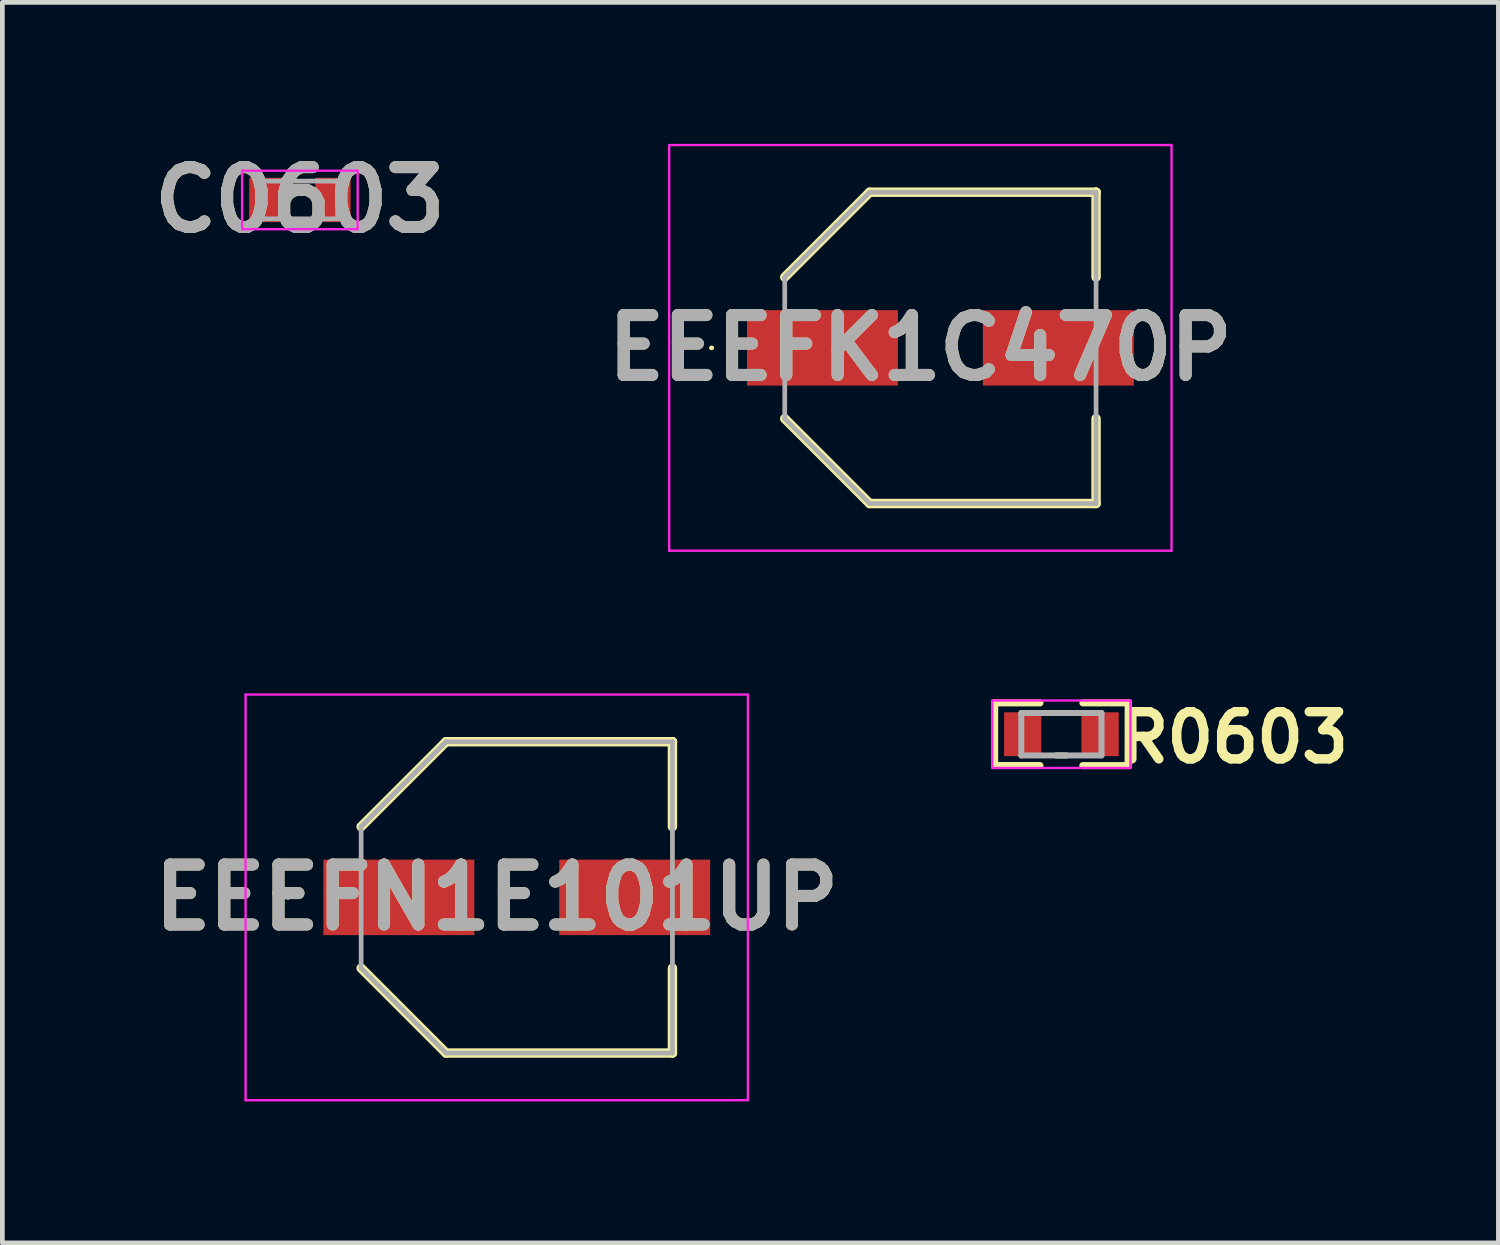
<source format=kicad_pcb>
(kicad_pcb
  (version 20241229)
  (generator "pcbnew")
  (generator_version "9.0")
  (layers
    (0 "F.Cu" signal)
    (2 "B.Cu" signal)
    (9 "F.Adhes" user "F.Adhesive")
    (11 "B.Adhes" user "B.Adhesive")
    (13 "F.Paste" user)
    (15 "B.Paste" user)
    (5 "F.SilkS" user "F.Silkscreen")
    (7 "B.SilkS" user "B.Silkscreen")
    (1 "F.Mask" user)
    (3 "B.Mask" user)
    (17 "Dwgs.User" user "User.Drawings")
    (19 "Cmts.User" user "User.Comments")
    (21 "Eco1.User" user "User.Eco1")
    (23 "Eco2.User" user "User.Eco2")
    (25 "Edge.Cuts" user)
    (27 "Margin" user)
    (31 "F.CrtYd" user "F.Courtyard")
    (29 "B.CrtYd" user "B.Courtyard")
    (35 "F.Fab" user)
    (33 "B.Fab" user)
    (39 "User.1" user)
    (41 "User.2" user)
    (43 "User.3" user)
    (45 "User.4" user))
  (footprint "C0603"
    (layer "F.Cu")
    (at 3.308 1.189)
    (property "Reference" "C0603" (at 0 0 0) (layer "F.SilkS") (effects (font (size 1.27 1.27) (thickness 0.254))))
    (attr smd)
    (fp_line (start -1.225 -0.62) (end 1.225 -0.62) (stroke (width 0.05) (type solid)) (layer "F.CrtYd"))
    (fp_line (start -1.225 0.62) (end -1.225 -0.62) (stroke (width 0.05) (type solid)) (layer "F.CrtYd"))
    (fp_line (start 1.225 -0.62) (end 1.225 0.62) (stroke (width 0.05) (type solid)) (layer "F.CrtYd"))
    (fp_line (start 1.225 0.62) (end -1.225 0.62) (stroke (width 0.05) (type solid)) (layer "F.CrtYd"))
    (fp_line (start -0.8 -0.4) (end 0.8 -0.4) (stroke (width 0.1) (type solid)) (layer "F.Fab"))
    (fp_line (start -0.8 0.4) (end -0.8 -0.4) (stroke (width 0.1) (type solid)) (layer "F.Fab"))
    (fp_line (start 0.8 -0.4) (end 0.8 0.4) (stroke (width 0.1) (type solid)) (layer "F.Fab"))
    (fp_line (start 0.8 0.4) (end -0.8 0.4) (stroke (width 0.1) (type solid)) (layer "F.Fab"))
    (fp_text user "${REFERENCE}" (at 0 0 0) (layer "F.Fab") (effects (font (size 1.27 1.27) (thickness 0.254))))
    (pad "1" smd rect (at -0.7 0) (size 0.75 0.94) (layers "F.Cu" "F.Mask" "F.Paste"))
    (pad "2" smd rect (at 0.7 0) (size 0.75 0.94) (layers "F.Cu" "F.Mask" "F.Paste")))
  (footprint "R0603"
    (layer "F.Cu")
    (at 19.452 12.516)
    (property "Reference" "R0603" (at 3.66 0.07 0) (layer "F.SilkS") (effects (font (size 1 1) (thickness 0.2) (bold yes))))
    (attr smd)
    (fp_line (start -1.415 0.664) (end -1.415 -0.665) (stroke (width 0.15) (type solid)) (layer "F.SilkS"))
    (fp_line (start -1.415 -0.665) (end -0.455 -0.665) (stroke (width 0.15) (type solid)) (layer "F.SilkS"))
    (fp_line (start -0.455 0.664) (end -1.415 0.664) (stroke (width 0.15) (type solid)) (layer "F.SilkS"))
    (fp_line (start -0.11 -0.45) (end 0.11 -0.45) (stroke (width 0.127) (type solid)) (layer "F.SilkS"))
    (fp_line (start -0.11 0.45) (end 0.11 0.45) (stroke (width 0.127) (type solid)) (layer "F.SilkS"))
    (fp_line (start 0.456 -0.665) (end 1.416 -0.665) (stroke (width 0.15) (type solid)) (layer "F.SilkS"))
    (fp_line (start 1.415 0.665) (end 0.455 0.665) (stroke (width 0.15) (type solid)) (layer "F.SilkS"))
    (fp_line (start 1.416 -0.665) (end 1.415 0.665) (stroke (width 0.15) (type solid)) (layer "F.SilkS"))
    (fp_line (start -1.465 -0.715) (end 1.465 -0.715) (stroke (width 0.05) (type solid)) (layer "F.CrtYd"))
    (fp_line (start -1.465 0.715) (end -1.465 -0.715) (stroke (width 0.05) (type solid)) (layer "F.CrtYd"))
    (fp_line (start -1.465 0.715) (end 1.465 0.715) (stroke (width 0.05) (type solid)) (layer "F.CrtYd"))
    (fp_line (start 1.465 0.715) (end 1.465 -0.715) (stroke (width 0.05) (type solid)) (layer "F.CrtYd"))
    (fp_line (start -0.85 0.45) (end -0.85 -0.45) (stroke (width 0.127) (type solid)) (layer "F.Fab"))
    (fp_line (start 0.85 -0.45) (end -0.85 -0.45) (stroke (width 0.127) (type solid)) (layer "F.Fab"))
    (fp_line (start 0.85 0.45) (end -0.85 0.45) (stroke (width 0.127) (type solid)) (layer "F.Fab"))
    (fp_line (start 0.85 0.45) (end 0.85 -0.45) (stroke (width 0.127) (type solid)) (layer "F.Fab"))
    (pad "1" smd rect (at -0.82 0) (size 0.79 0.93) (layers "F.Cu" "F.Mask" "F.Paste"))
    (pad "2" smd rect (at 0.82 0) (size 0.79 0.93) (layers "F.Cu" "F.Mask" "F.Paste")))
  (footprint "EEEFK1C470P"
    (layer "F.Cu")
    (at 16.887 4.325)
    (property "Reference" "EEEFK1C470P" (at -0.425 0 0) (layer "F.SilkS") (effects (font (size 1.27 1.27) (thickness 0.254))))
    (attr smd)
    (fp_line (start -4.875 0) (end -4.875 0) (stroke (width 0.05) (type solid)) (layer "F.SilkS"))
    (fp_line (start -4.825 0) (end -4.825 0) (stroke (width 0.05) (type solid)) (layer "F.SilkS"))
    (fp_line (start -3.3 -1.5) (end -1.5 -3.3) (stroke (width 0.2) (type solid)) (layer "F.SilkS"))
    (fp_line (start -3.3 1.5) (end -1.5 3.3) (stroke (width 0.2) (type solid)) (layer "F.SilkS"))
    (fp_line (start -1.5 -3.3) (end 3.3 -3.3) (stroke (width 0.2) (type solid)) (layer "F.SilkS"))
    (fp_line (start -1.5 3.3) (end 3.3 3.3) (stroke (width 0.2) (type solid)) (layer "F.SilkS"))
    (fp_line (start 3.3 -3.3) (end 3.3 -3.3) (stroke (width 0.2) (type solid)) (layer "F.SilkS"))
    (fp_line (start 3.3 -3.3) (end 3.3 -1.5) (stroke (width 0.2) (type solid)) (layer "F.SilkS"))
    (fp_line (start 3.3 3.3) (end 3.3 1.5) (stroke (width 0.2) (type solid)) (layer "F.SilkS"))
    (fp_arc (start -4.875 0) (mid -4.85 -0.025) (end -4.825 0) (stroke (width 0.05) (type solid)) (layer "F.SilkS"))
    (fp_arc (start -4.825 0) (mid -4.85 0.025) (end -4.875 0) (stroke (width 0.05) (type solid)) (layer "F.SilkS"))
    (fp_line (start -5.75 -4.3) (end 4.9 -4.3) (stroke (width 0.05) (type solid)) (layer "F.CrtYd"))
    (fp_line (start -5.75 4.3) (end -5.75 -4.3) (stroke (width 0.05) (type solid)) (layer "F.CrtYd"))
    (fp_line (start 4.9 -4.3) (end 4.9 4.3) (stroke (width 0.05) (type solid)) (layer "F.CrtYd"))
    (fp_line (start 4.9 4.3) (end -5.75 4.3) (stroke (width 0.05) (type solid)) (layer "F.CrtYd"))
    (fp_line (start -3.3 -1.5) (end -1.5 -3.3) (stroke (width 0.1) (type solid)) (layer "F.Fab"))
    (fp_line (start -3.3 -1.5) (end -1.5 -3.3) (stroke (width 0.1) (type solid)) (layer "F.Fab"))
    (fp_line (start -3.3 1.5) (end -3.3 -1.5) (stroke (width 0.1) (type solid)) (layer "F.Fab"))
    (fp_line (start -1.5 -3.3) (end 3.3 -3.3) (stroke (width 0.1) (type solid)) (layer "F.Fab"))
    (fp_line (start -1.5 3.3) (end -3.3 1.5) (stroke (width 0.1) (type solid)) (layer "F.Fab"))
    (fp_line (start 3.3 -3.3) (end 3.3 3.3) (stroke (width 0.1) (type solid)) (layer "F.Fab"))
    (fp_line (start 3.3 3.3) (end -1.5 3.3) (stroke (width 0.1) (type solid)) (layer "F.Fab"))
    (fp_text user "${REFERENCE}" (at -0.425 0 0) (layer "F.Fab") (effects (font (size 1.27 1.27) (thickness 0.254))))
    (pad "1" smd rect (at -2.5 0 90) (size 1.6 3.2) (layers "F.Cu" "F.Mask" "F.Paste"))
    (pad "2" smd rect (at 2.5 0 90) (size 1.6 3.2) (layers "F.Cu" "F.Mask" "F.Paste")))
  (footprint "EEEFN1E101UP"
    (layer "F.Cu")
    (at 7.906 15.975)
    (property "Reference" "EEEFN1E101UP" (at -0.425 0 0) (layer "F.SilkS") (effects (font (size 1.27 1.27) (thickness 0.254))))
    (attr smd)
    (fp_line (start -4.875 0) (end -4.875 0) (stroke (width 0.05) (type solid)) (layer "F.SilkS"))
    (fp_line (start -4.825 0) (end -4.825 0) (stroke (width 0.05) (type solid)) (layer "F.SilkS"))
    (fp_line (start -3.3 -1.5) (end -1.5 -3.3) (stroke (width 0.2) (type solid)) (layer "F.SilkS"))
    (fp_line (start -3.3 1.5) (end -1.5 3.3) (stroke (width 0.2) (type solid)) (layer "F.SilkS"))
    (fp_line (start -1.5 -3.3) (end 3.3 -3.3) (stroke (width 0.2) (type solid)) (layer "F.SilkS"))
    (fp_line (start -1.5 3.3) (end 3.3 3.3) (stroke (width 0.2) (type solid)) (layer "F.SilkS"))
    (fp_line (start 3.3 -3.3) (end 3.3 -3.3) (stroke (width 0.2) (type solid)) (layer "F.SilkS"))
    (fp_line (start 3.3 -3.3) (end 3.3 -1.5) (stroke (width 0.2) (type solid)) (layer "F.SilkS"))
    (fp_line (start 3.3 3.3) (end 3.3 1.5) (stroke (width 0.2) (type solid)) (layer "F.SilkS"))
    (fp_arc (start -4.875 0) (mid -4.85 -0.025) (end -4.825 0) (stroke (width 0.05) (type solid)) (layer "F.SilkS"))
    (fp_arc (start -4.825 0) (mid -4.85 0.025) (end -4.875 0) (stroke (width 0.05) (type solid)) (layer "F.SilkS"))
    (fp_line (start -5.75 -4.3) (end 4.9 -4.3) (stroke (width 0.05) (type solid)) (layer "F.CrtYd"))
    (fp_line (start -5.75 4.3) (end -5.75 -4.3) (stroke (width 0.05) (type solid)) (layer "F.CrtYd"))
    (fp_line (start 4.9 -4.3) (end 4.9 4.3) (stroke (width 0.05) (type solid)) (layer "F.CrtYd"))
    (fp_line (start 4.9 4.3) (end -5.75 4.3) (stroke (width 0.05) (type solid)) (layer "F.CrtYd"))
    (fp_line (start -3.3 -1.5) (end -1.5 -3.3) (stroke (width 0.1) (type solid)) (layer "F.Fab"))
    (fp_line (start -3.3 -1.5) (end -1.5 -3.3) (stroke (width 0.1) (type solid)) (layer "F.Fab"))
    (fp_line (start -3.3 1.5) (end -3.3 -1.5) (stroke (width 0.1) (type solid)) (layer "F.Fab"))
    (fp_line (start -1.5 -3.3) (end 3.3 -3.3) (stroke (width 0.1) (type solid)) (layer "F.Fab"))
    (fp_line (start -1.5 3.3) (end -3.3 1.5) (stroke (width 0.1) (type solid)) (layer "F.Fab"))
    (fp_line (start 3.3 -3.3) (end 3.3 3.3) (stroke (width 0.1) (type solid)) (layer "F.Fab"))
    (fp_line (start 3.3 3.3) (end -1.5 3.3) (stroke (width 0.1) (type solid)) (layer "F.Fab"))
    (fp_text user "${REFERENCE}" (at -0.425 0 0) (layer "F.Fab") (effects (font (size 1.27 1.27) (thickness 0.254))))
    (pad "1" smd rect (at -2.5 0 90) (size 1.6 3.2) (layers "F.Cu" "F.Mask" "F.Paste"))
    (pad "2" smd rect (at 2.5 0 90) (size 1.6 3.2) (layers "F.Cu" "F.Mask" "F.Paste")))
  (gr_rect
    (start -3 -3)
    (end 28.717 23.3)
    (stroke (width 0.1) (type default))
    (fill no)
    (layer "Edge.Cuts")))
</source>
